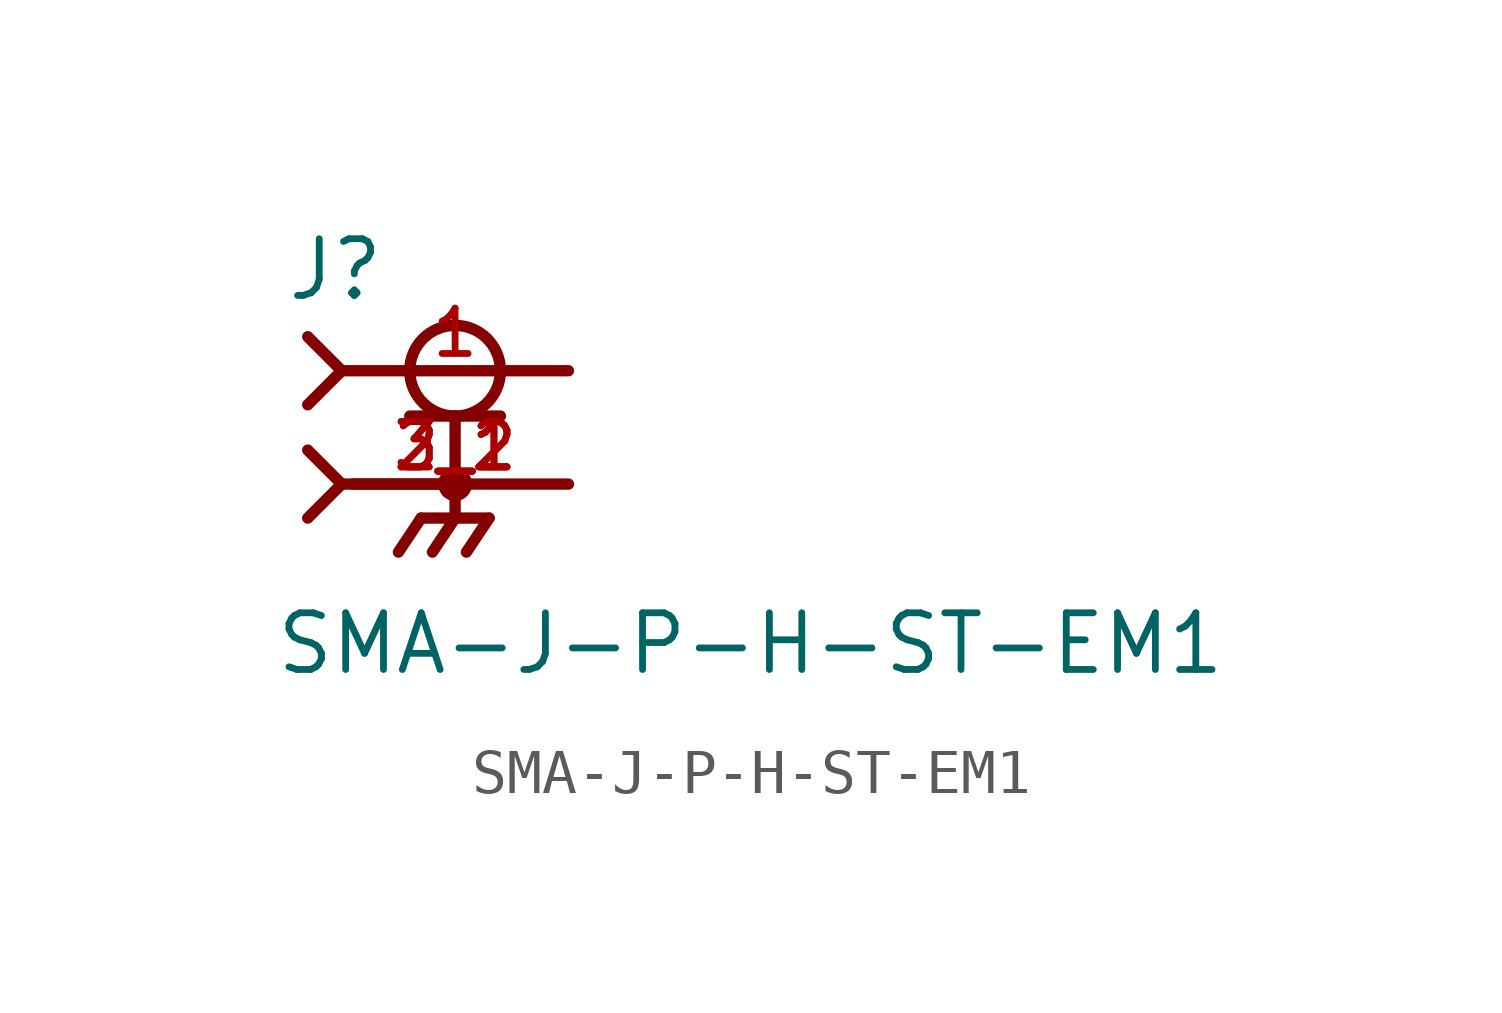
<source format=kicad_sym>
(kicad_symbol_lib
  (version 20211014)
  (generator kicad_symbol_editor)
  (symbol "SMA-J-P-H-ST-EM1"
    (pin_names
      (offset 1.016))
    (property "Reference" "J"
      (at -3.81 4.064 0)
      (effects (font (size 1.27 1.27)) (justify bottom left)))
    (property "Value" "SMA-J-P-H-ST-EM1"
      (at -4.064 -4.318 0)
      (effects (font (size 1.27 1.27)) (justify bottom left)))
    (symbol "SMA-J-P-H-ST-EM1_0_0"
      (circle (center 0.0 2.54) (radius 1.016) (stroke (width 0.254)) (fill (type none)))
      (polyline (pts (xy -1.016 1.524) (xy 0.0 1.524)) (stroke (width 0.254)))
      (polyline (pts (xy 0.0 1.524) (xy 1.016 1.524)) (stroke (width 0.254)))
      (polyline (pts (xy 0.0 0.0) (xy -2.286 0.0)) (stroke (width 0.254)))
      (polyline (pts (xy -3.302 3.302) (xy -2.54 2.54)) (stroke (width 0.254)))
      (polyline (pts (xy -3.302 1.778) (xy -2.54 2.54)) (stroke (width 0.254)))
      (polyline (pts (xy 0.0 1.524) (xy 0.0 0.0)) (stroke (width 0.254)))
      (circle (center 0.0 0.0) (radius 0.254) (stroke (width 0.254)) (fill (type none)))
      (polyline (pts (xy -2.54 2.54) (xy 2.54 2.54)) (stroke (width 0.254)))
      (polyline (pts (xy 2.54 0.0) (xy 0.0 0.0)) (stroke (width 0.254)))
      (polyline (pts (xy 0.0 0.0) (xy 0.0 -0.762)) (stroke (width 0.254)))
      (polyline (pts (xy 0.762 -0.762) (xy -0.762 -0.762)) (stroke (width 0.254)))
      (polyline (pts (xy -0.762 -0.762) (xy -1.27 -1.524)) (stroke (width 0.254)))
      (polyline (pts (xy 0.0 -0.762) (xy -0.508 -1.524)) (stroke (width 0.254)))
      (polyline (pts (xy 0.762 -0.762) (xy 0.254 -1.524)) (stroke (width 0.254)))
      (polyline (pts (xy -3.302 0.762) (xy -2.54 0.0)) (stroke (width 0.254)))
      (polyline (pts (xy -3.302 -0.762) (xy -2.54 0.0)) (stroke (width 0.254)))
      (polyline (pts (xy -2.54 0.0) (xy 0.0 0.0)) (stroke (width 0.254)))
      (pin passive line (at 2.54 2.54 180.0) (length 5.08) (name "~" (effects (font (size 1.016 1.016)))) (number "1" (effects (font (size 1.016 1.016)))))
      (pin passive line (at 2.54 0.0 180.0) (length 5.08) (name "~" (effects (font (size 1.016 1.016)))) (number "2_1" (effects (font (size 1.016 1.016)))))
      (pin passive line (at 2.54 0.0 180.0) (length 5.08) (name "~" (effects (font (size 1.016 1.016)))) (number "2_2" (effects (font (size 1.016 1.016)))))
      (pin passive line (at 2.54 0.0 180.0) (length 5.08) (name "~" (effects (font (size 1.016 1.016)))) (number "3_1" (effects (font (size 1.016 1.016)))))
      (pin passive line (at 2.54 0.0 180.0) (length 5.08) (name "~" (effects (font (size 1.016 1.016)))) (number "3_2" (effects (font (size 1.016 1.016))))))))
</source>
